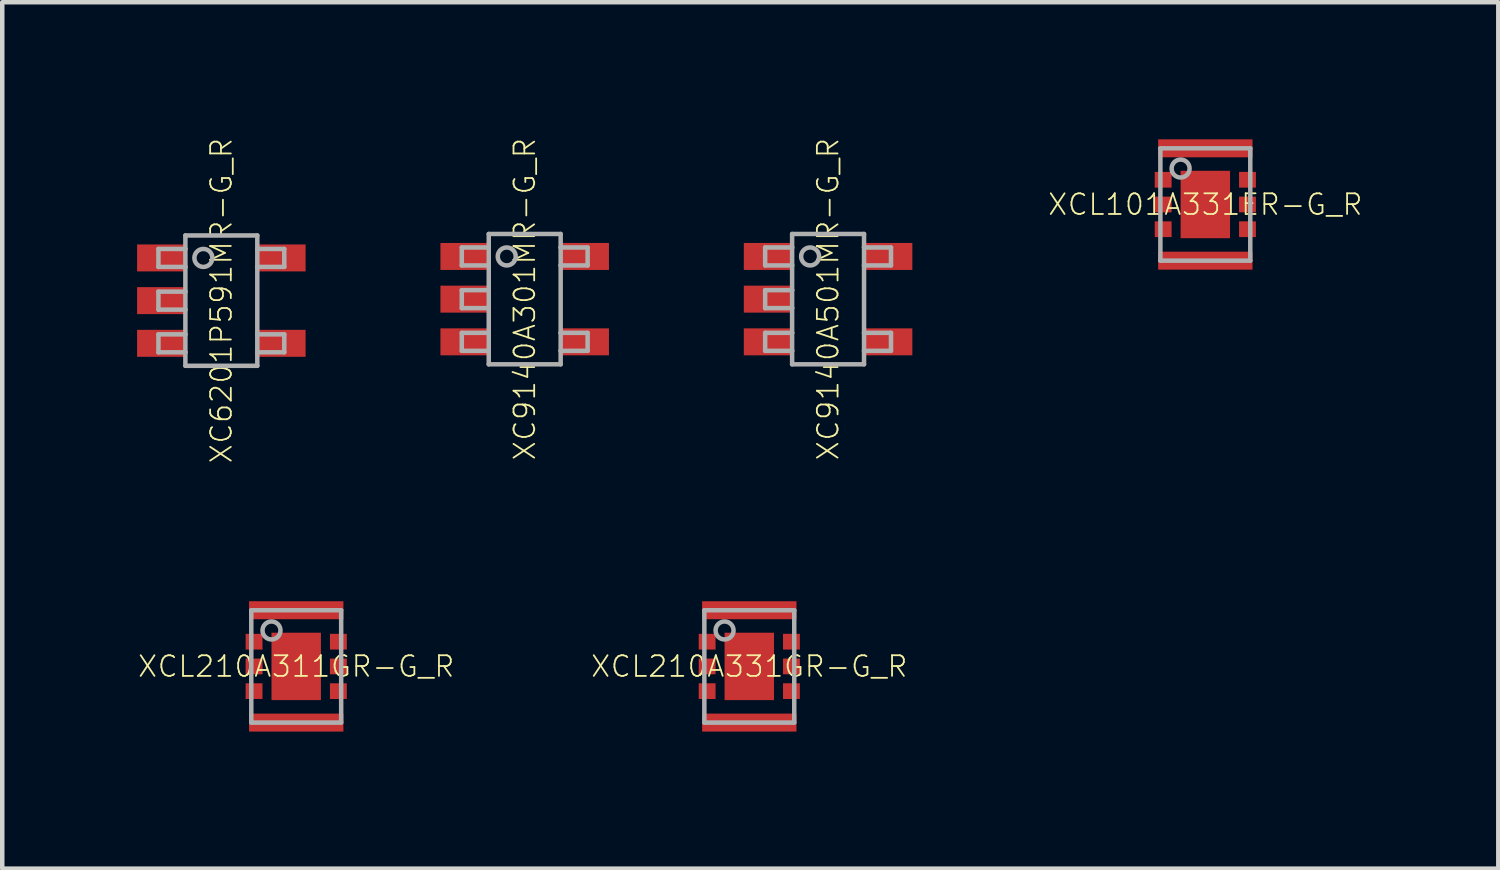
<source format=kicad_pcb>
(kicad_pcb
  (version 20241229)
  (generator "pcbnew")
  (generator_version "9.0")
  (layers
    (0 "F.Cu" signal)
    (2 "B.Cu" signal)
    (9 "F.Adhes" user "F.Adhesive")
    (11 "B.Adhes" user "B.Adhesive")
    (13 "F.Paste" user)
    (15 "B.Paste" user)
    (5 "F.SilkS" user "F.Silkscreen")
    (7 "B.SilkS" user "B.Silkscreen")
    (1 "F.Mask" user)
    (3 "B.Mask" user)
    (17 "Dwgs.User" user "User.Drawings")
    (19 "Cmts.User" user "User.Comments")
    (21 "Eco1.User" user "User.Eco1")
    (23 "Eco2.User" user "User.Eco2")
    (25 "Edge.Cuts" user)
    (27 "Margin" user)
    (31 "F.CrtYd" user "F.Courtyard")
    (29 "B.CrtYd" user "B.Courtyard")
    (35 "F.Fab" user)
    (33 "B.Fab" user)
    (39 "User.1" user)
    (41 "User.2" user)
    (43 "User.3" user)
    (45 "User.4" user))
  (footprint "XC9140A301MR-G_R"
    (layer "F.Cu")
    (at 8.625 3.606)
    (property "Reference" "XC9140A301MR-G_R" (at 0 0 90) (unlocked yes) (layer "F.SilkS") (effects (font (size 0.46 0.46) (thickness 0.04))))
    (fp_line (start -1.4 -1.15) (end -1.4 -0.75) (stroke (width 0.1) (type solid)) (layer "F.Fab"))
    (fp_line (start -1.4 -0.75) (end -0.8 -0.75) (stroke (width 0.1) (type solid)) (layer "F.Fab"))
    (fp_line (start -1.4 -0.2) (end -1.4 0.2) (stroke (width 0.1) (type solid)) (layer "F.Fab"))
    (fp_line (start -1.4 0.75) (end -1.4 1.15) (stroke (width 0.1) (type solid)) (layer "F.Fab"))
    (fp_line (start -0.8 -1.45) (end 0.8 -1.45) (stroke (width 0.1) (type solid)) (layer "F.Fab"))
    (fp_line (start -0.8 -1.15) (end -1.4 -1.15) (stroke (width 0.1) (type solid)) (layer "F.Fab"))
    (fp_line (start -0.8 -1.15) (end -0.8 -1.45) (stroke (width 0.1) (type solid)) (layer "F.Fab"))
    (fp_line (start -0.8 -0.75) (end -0.8 -1.15) (stroke (width 0.1) (type solid)) (layer "F.Fab"))
    (fp_line (start -0.8 -0.75) (end -0.8 -0.2) (stroke (width 0.1) (type solid)) (layer "F.Fab"))
    (fp_line (start -0.8 -0.2) (end -1.4 -0.2) (stroke (width 0.1) (type solid)) (layer "F.Fab"))
    (fp_line (start -0.8 0.2) (end -1.4 0.2) (stroke (width 0.1) (type solid)) (layer "F.Fab"))
    (fp_line (start -0.8 0.2) (end -0.8 -0.2) (stroke (width 0.1) (type solid)) (layer "F.Fab"))
    (fp_line (start -0.8 0.75) (end -1.4 0.75) (stroke (width 0.1) (type solid)) (layer "F.Fab"))
    (fp_line (start -0.8 0.75) (end -0.8 0.2) (stroke (width 0.1) (type solid)) (layer "F.Fab"))
    (fp_line (start -0.8 1.15) (end -1.4 1.15) (stroke (width 0.1) (type solid)) (layer "F.Fab"))
    (fp_line (start -0.8 1.15) (end -0.8 0.75) (stroke (width 0.1) (type solid)) (layer "F.Fab"))
    (fp_line (start -0.8 1.45) (end -0.8 1.15) (stroke (width 0.1) (type solid)) (layer "F.Fab"))
    (fp_line (start 0.8 -1.45) (end 0.8 -1.15) (stroke (width 0.1) (type solid)) (layer "F.Fab"))
    (fp_line (start 0.8 -1.15) (end 0.8 -0.75) (stroke (width 0.1) (type solid)) (layer "F.Fab"))
    (fp_line (start 0.8 -0.75) (end 0.8 0.75) (stroke (width 0.1) (type solid)) (layer "F.Fab"))
    (fp_line (start 0.8 0.75) (end 0.8 1.15) (stroke (width 0.1) (type solid)) (layer "F.Fab"))
    (fp_line (start 0.8 1.15) (end 0.8 1.45) (stroke (width 0.1) (type solid)) (layer "F.Fab"))
    (fp_line (start 0.8 1.45) (end -0.8 1.45) (stroke (width 0.1) (type solid)) (layer "F.Fab"))
    (fp_line (start 1.4 -1.15) (end 0.8 -1.15) (stroke (width 0.1) (type solid)) (layer "F.Fab"))
    (fp_line (start 1.4 -1.15) (end 1.4 -0.75) (stroke (width 0.1) (type solid)) (layer "F.Fab"))
    (fp_line (start 1.4 -0.75) (end 0.8 -0.75) (stroke (width 0.1) (type solid)) (layer "F.Fab"))
    (fp_line (start 1.4 0.75) (end 0.8 0.75) (stroke (width 0.1) (type solid)) (layer "F.Fab"))
    (fp_line (start 1.4 0.75) (end 1.4 1.15) (stroke (width 0.1) (type solid)) (layer "F.Fab"))
    (fp_line (start 1.4 1.15) (end 0.8 1.15) (stroke (width 0.1) (type solid)) (layer "F.Fab"))
    (fp_circle (center -0.4 -0.95) (end -0.2 -0.95) (stroke (width 0.1) (type solid)) (fill no) (layer "F.Fab"))
    (pad "1" smd rect (at -1.35 -0.95) (size 1.05 0.6) (layers "F.Cu" "F.Mask" "F.Paste"))
    (pad "2" smd rect (at -1.35 0) (size 1.05 0.6) (layers "F.Cu" "F.Mask" "F.Paste"))
    (pad "3" smd rect (at -1.35 0.95) (size 1.05 0.6) (layers "F.Cu" "F.Mask" "F.Paste"))
    (pad "4" smd rect (at 1.35 0.95) (size 1.05 0.6) (layers "F.Cu" "F.Mask" "F.Paste"))
    (pad "5" smd rect (at 1.35 -0.95) (size 1.05 0.6) (layers "F.Cu" "F.Mask" "F.Paste")))
  (footprint "XCL101A331ER-G_R"
    (layer "F.Cu")
    (at 23.769 1.5)
    (property "Reference" "XCL101A331ER-G_R" (at 0 0 0) (unlocked yes) (layer "F.SilkS") (effects (font (size 0.46 0.46) (thickness 0.04))))
    (fp_poly (pts (xy -1.175 0.8) (xy 1.175 0.8) (xy 1.175 -0.8) (xy -1.175 -0.8)) (stroke (width 0) (type default)) (fill yes) (layer "F.Mask"))
    (fp_poly (pts (xy -1.1 -1) (xy 1.1 -1) (xy 1.1 -1.5) (xy -1.1 -1.5)) (stroke (width 0) (type default)) (fill yes) (layer "F.Mask"))
    (fp_poly (pts (xy -1.1 1.5) (xy 1.1 1.5) (xy 1.1 1) (xy -1.1 1)) (stroke (width 0) (type default)) (fill yes) (layer "F.Mask"))
    (fp_poly (pts (xy -1.087 -0.4) (xy -0.787 -0.4) (xy -0.787 -0.7) (xy -1.087 -0.7)) (stroke (width 0) (type default)) (fill yes) (layer "F.Paste"))
    (fp_poly (pts (xy -1.087 0.15) (xy -0.787 0.15) (xy -0.787 -0.15) (xy -1.087 -0.15)) (stroke (width 0) (type default)) (fill yes) (layer "F.Paste"))
    (fp_poly (pts (xy -1.087 0.7) (xy -0.787 0.7) (xy -0.787 0.4) (xy -1.087 0.4)) (stroke (width 0) (type default)) (fill yes) (layer "F.Paste"))
    (fp_poly (pts (xy -1.025 -1.087) (xy 1.025 -1.087) (xy 1.025 -1.413) (xy -1.025 -1.413)) (stroke (width 0) (type default)) (fill yes) (layer "F.Paste"))
    (fp_poly (pts (xy -1.025 1.413) (xy 1.025 1.413) (xy 1.025 1.087) (xy -1.025 1.087)) (stroke (width 0) (type default)) (fill yes) (layer "F.Paste"))
    (fp_poly (pts (xy -0.45 -0.25) (xy 0.45 -0.25) (xy 0.45 -0.65) (xy -0.45 -0.65)) (stroke (width 0) (type default)) (fill yes) (layer "F.Paste"))
    (fp_poly (pts (xy -0.45 0.65) (xy 0.45 0.65) (xy 0.45 0.25) (xy -0.45 0.25)) (stroke (width 0) (type default)) (fill yes) (layer "F.Paste"))
    (fp_poly (pts (xy 0.787 -0.4) (xy 1.087 -0.4) (xy 1.087 -0.7) (xy 0.787 -0.7)) (stroke (width 0) (type default)) (fill yes) (layer "F.Paste"))
    (fp_poly (pts (xy 0.787 0.15) (xy 1.087 0.15) (xy 1.087 -0.15) (xy 0.787 -0.15)) (stroke (width 0) (type default)) (fill yes) (layer "F.Paste"))
    (fp_poly (pts (xy 0.787 0.7) (xy 1.087 0.7) (xy 1.087 0.4) (xy 0.787 0.4)) (stroke (width 0) (type default)) (fill yes) (layer "F.Paste"))
    (fp_line (start -1 -1.25) (end 1 -1.25) (stroke (width 0.1) (type solid)) (layer "F.Fab"))
    (fp_line (start -1 1.25) (end -1 -1.25) (stroke (width 0.1) (type solid)) (layer "F.Fab"))
    (fp_line (start 1 -1.25) (end 1 1.25) (stroke (width 0.1) (type solid)) (layer "F.Fab"))
    (fp_line (start 1 1.25) (end -1 1.25) (stroke (width 0.1) (type solid)) (layer "F.Fab"))
    (fp_circle (center -0.55 -0.8) (end -0.35 -0.8) (stroke (width 0.1) (type solid)) (fill no) (layer "F.Fab"))
    (pad "0" smd rect (at 0 0) (size 1.1 1.5) (layers "F.Cu"))
    (pad "1" smd rect (at -0.938 -0.55) (size 0.375 0.35) (layers "F.Cu"))
    (pad "2" smd rect (at -0.938 0) (size 0.375 0.35) (layers "F.Cu"))
    (pad "3" smd rect (at -0.938 0.55) (size 0.375 0.35) (layers "F.Cu"))
    (pad "4" smd rect (at 0.938 0.55) (size 0.375 0.35) (layers "F.Cu"))
    (pad "5" smd rect (at 0.938 0) (size 0.375 0.35) (layers "F.Cu"))
    (pad "6" smd rect (at 0.938 -0.55) (size 0.375 0.35) (layers "F.Cu"))
    (pad "7" smd rect (at 0 -1.25) (size 2.1 0.4) (layers "F.Cu"))
    (pad "8" smd rect (at 0 1.25) (size 2.1 0.4) (layers "F.Cu")))
  (footprint "XC9140A501MR-G_R"
    (layer "F.Cu")
    (at 15.375 3.606)
    (property "Reference" "XC9140A501MR-G_R" (at 0 0 90) (unlocked yes) (layer "F.SilkS") (effects (font (size 0.46 0.46) (thickness 0.04))))
    (fp_line (start -1.4 -1.15) (end -1.4 -0.75) (stroke (width 0.1) (type solid)) (layer "F.Fab"))
    (fp_line (start -1.4 -0.75) (end -0.8 -0.75) (stroke (width 0.1) (type solid)) (layer "F.Fab"))
    (fp_line (start -1.4 -0.2) (end -1.4 0.2) (stroke (width 0.1) (type solid)) (layer "F.Fab"))
    (fp_line (start -1.4 0.75) (end -1.4 1.15) (stroke (width 0.1) (type solid)) (layer "F.Fab"))
    (fp_line (start -0.8 -1.45) (end 0.8 -1.45) (stroke (width 0.1) (type solid)) (layer "F.Fab"))
    (fp_line (start -0.8 -1.15) (end -1.4 -1.15) (stroke (width 0.1) (type solid)) (layer "F.Fab"))
    (fp_line (start -0.8 -1.15) (end -0.8 -1.45) (stroke (width 0.1) (type solid)) (layer "F.Fab"))
    (fp_line (start -0.8 -0.75) (end -0.8 -1.15) (stroke (width 0.1) (type solid)) (layer "F.Fab"))
    (fp_line (start -0.8 -0.75) (end -0.8 -0.2) (stroke (width 0.1) (type solid)) (layer "F.Fab"))
    (fp_line (start -0.8 -0.2) (end -1.4 -0.2) (stroke (width 0.1) (type solid)) (layer "F.Fab"))
    (fp_line (start -0.8 0.2) (end -1.4 0.2) (stroke (width 0.1) (type solid)) (layer "F.Fab"))
    (fp_line (start -0.8 0.2) (end -0.8 -0.2) (stroke (width 0.1) (type solid)) (layer "F.Fab"))
    (fp_line (start -0.8 0.75) (end -1.4 0.75) (stroke (width 0.1) (type solid)) (layer "F.Fab"))
    (fp_line (start -0.8 0.75) (end -0.8 0.2) (stroke (width 0.1) (type solid)) (layer "F.Fab"))
    (fp_line (start -0.8 1.15) (end -1.4 1.15) (stroke (width 0.1) (type solid)) (layer "F.Fab"))
    (fp_line (start -0.8 1.15) (end -0.8 0.75) (stroke (width 0.1) (type solid)) (layer "F.Fab"))
    (fp_line (start -0.8 1.45) (end -0.8 1.15) (stroke (width 0.1) (type solid)) (layer "F.Fab"))
    (fp_line (start 0.8 -1.45) (end 0.8 -1.15) (stroke (width 0.1) (type solid)) (layer "F.Fab"))
    (fp_line (start 0.8 -1.15) (end 0.8 -0.75) (stroke (width 0.1) (type solid)) (layer "F.Fab"))
    (fp_line (start 0.8 -0.75) (end 0.8 0.75) (stroke (width 0.1) (type solid)) (layer "F.Fab"))
    (fp_line (start 0.8 0.75) (end 0.8 1.15) (stroke (width 0.1) (type solid)) (layer "F.Fab"))
    (fp_line (start 0.8 1.15) (end 0.8 1.45) (stroke (width 0.1) (type solid)) (layer "F.Fab"))
    (fp_line (start 0.8 1.45) (end -0.8 1.45) (stroke (width 0.1) (type solid)) (layer "F.Fab"))
    (fp_line (start 1.4 -1.15) (end 0.8 -1.15) (stroke (width 0.1) (type solid)) (layer "F.Fab"))
    (fp_line (start 1.4 -1.15) (end 1.4 -0.75) (stroke (width 0.1) (type solid)) (layer "F.Fab"))
    (fp_line (start 1.4 -0.75) (end 0.8 -0.75) (stroke (width 0.1) (type solid)) (layer "F.Fab"))
    (fp_line (start 1.4 0.75) (end 0.8 0.75) (stroke (width 0.1) (type solid)) (layer "F.Fab"))
    (fp_line (start 1.4 0.75) (end 1.4 1.15) (stroke (width 0.1) (type solid)) (layer "F.Fab"))
    (fp_line (start 1.4 1.15) (end 0.8 1.15) (stroke (width 0.1) (type solid)) (layer "F.Fab"))
    (fp_circle (center -0.4 -0.95) (end -0.2 -0.95) (stroke (width 0.1) (type solid)) (fill no) (layer "F.Fab"))
    (pad "1" smd rect (at -1.35 -0.95) (size 1.05 0.6) (layers "F.Cu" "F.Mask" "F.Paste"))
    (pad "2" smd rect (at -1.35 0) (size 1.05 0.6) (layers "F.Cu" "F.Mask" "F.Paste"))
    (pad "3" smd rect (at -1.35 0.95) (size 1.05 0.6) (layers "F.Cu" "F.Mask" "F.Paste"))
    (pad "4" smd rect (at 1.35 0.95) (size 1.05 0.6) (layers "F.Cu" "F.Mask" "F.Paste"))
    (pad "5" smd rect (at 1.35 -0.95) (size 1.05 0.6) (layers "F.Cu" "F.Mask" "F.Paste")))
  (footprint "XC6201P591MR-G_R"
    (layer "F.Cu")
    (at 1.875 3.639)
    (property "Reference" "XC6201P591MR-G_R" (at 0 0 90) (unlocked yes) (layer "F.SilkS") (effects (font (size 0.46 0.46) (thickness 0.04))))
    (fp_line (start -1.4 -1.15) (end -1.4 -0.75) (stroke (width 0.1) (type solid)) (layer "F.Fab"))
    (fp_line (start -1.4 -0.75) (end -0.8 -0.75) (stroke (width 0.1) (type solid)) (layer "F.Fab"))
    (fp_line (start -1.4 -0.2) (end -1.4 0.2) (stroke (width 0.1) (type solid)) (layer "F.Fab"))
    (fp_line (start -1.4 0.75) (end -1.4 1.15) (stroke (width 0.1) (type solid)) (layer "F.Fab"))
    (fp_line (start -0.8 -1.45) (end 0.8 -1.45) (stroke (width 0.1) (type solid)) (layer "F.Fab"))
    (fp_line (start -0.8 -1.15) (end -1.4 -1.15) (stroke (width 0.1) (type solid)) (layer "F.Fab"))
    (fp_line (start -0.8 -1.15) (end -0.8 -1.45) (stroke (width 0.1) (type solid)) (layer "F.Fab"))
    (fp_line (start -0.8 -0.75) (end -0.8 -1.15) (stroke (width 0.1) (type solid)) (layer "F.Fab"))
    (fp_line (start -0.8 -0.75) (end -0.8 -0.2) (stroke (width 0.1) (type solid)) (layer "F.Fab"))
    (fp_line (start -0.8 -0.2) (end -1.4 -0.2) (stroke (width 0.1) (type solid)) (layer "F.Fab"))
    (fp_line (start -0.8 0.2) (end -1.4 0.2) (stroke (width 0.1) (type solid)) (layer "F.Fab"))
    (fp_line (start -0.8 0.2) (end -0.8 -0.2) (stroke (width 0.1) (type solid)) (layer "F.Fab"))
    (fp_line (start -0.8 0.75) (end -1.4 0.75) (stroke (width 0.1) (type solid)) (layer "F.Fab"))
    (fp_line (start -0.8 0.75) (end -0.8 0.2) (stroke (width 0.1) (type solid)) (layer "F.Fab"))
    (fp_line (start -0.8 1.15) (end -1.4 1.15) (stroke (width 0.1) (type solid)) (layer "F.Fab"))
    (fp_line (start -0.8 1.15) (end -0.8 0.75) (stroke (width 0.1) (type solid)) (layer "F.Fab"))
    (fp_line (start -0.8 1.45) (end -0.8 1.15) (stroke (width 0.1) (type solid)) (layer "F.Fab"))
    (fp_line (start 0.8 -1.45) (end 0.8 -1.15) (stroke (width 0.1) (type solid)) (layer "F.Fab"))
    (fp_line (start 0.8 -1.15) (end 0.8 -0.75) (stroke (width 0.1) (type solid)) (layer "F.Fab"))
    (fp_line (start 0.8 -0.75) (end 0.8 0.75) (stroke (width 0.1) (type solid)) (layer "F.Fab"))
    (fp_line (start 0.8 0.75) (end 0.8 1.15) (stroke (width 0.1) (type solid)) (layer "F.Fab"))
    (fp_line (start 0.8 1.15) (end 0.8 1.45) (stroke (width 0.1) (type solid)) (layer "F.Fab"))
    (fp_line (start 0.8 1.45) (end -0.8 1.45) (stroke (width 0.1) (type solid)) (layer "F.Fab"))
    (fp_line (start 1.4 -1.15) (end 0.8 -1.15) (stroke (width 0.1) (type solid)) (layer "F.Fab"))
    (fp_line (start 1.4 -1.15) (end 1.4 -0.75) (stroke (width 0.1) (type solid)) (layer "F.Fab"))
    (fp_line (start 1.4 -0.75) (end 0.8 -0.75) (stroke (width 0.1) (type solid)) (layer "F.Fab"))
    (fp_line (start 1.4 0.75) (end 0.8 0.75) (stroke (width 0.1) (type solid)) (layer "F.Fab"))
    (fp_line (start 1.4 0.75) (end 1.4 1.15) (stroke (width 0.1) (type solid)) (layer "F.Fab"))
    (fp_line (start 1.4 1.15) (end 0.8 1.15) (stroke (width 0.1) (type solid)) (layer "F.Fab"))
    (fp_circle (center -0.4 -0.95) (end -0.2 -0.95) (stroke (width 0.1) (type solid)) (fill no) (layer "F.Fab"))
    (pad "1" smd rect (at -1.35 -0.95) (size 1.05 0.6) (layers "F.Cu" "F.Mask" "F.Paste"))
    (pad "2" smd rect (at -1.35 0) (size 1.05 0.6) (layers "F.Cu" "F.Mask" "F.Paste"))
    (pad "3" smd rect (at -1.35 0.95) (size 1.05 0.6) (layers "F.Cu" "F.Mask" "F.Paste"))
    (pad "4" smd rect (at 1.35 0.95) (size 1.05 0.6) (layers "F.Cu" "F.Mask" "F.Paste"))
    (pad "5" smd rect (at 1.35 -0.95) (size 1.05 0.6) (layers "F.Cu" "F.Mask" "F.Paste")))
  (footprint "XCL210A331GR-G_R"
    (layer "F.Cu")
    (at 13.622 11.778)
    (property "Reference" "XCL210A331GR-G_R" (at 0 0 0) (unlocked yes) (layer "F.SilkS") (effects (font (size 0.46 0.46) (thickness 0.04))))
    (fp_poly (pts (xy -1.175 0.8) (xy 1.175 0.8) (xy 1.175 -0.8) (xy -1.175 -0.8)) (stroke (width 0) (type default)) (fill yes) (layer "F.Mask"))
    (fp_poly (pts (xy -1.1 -1) (xy 1.1 -1) (xy 1.1 -1.5) (xy -1.1 -1.5)) (stroke (width 0) (type default)) (fill yes) (layer "F.Mask"))
    (fp_poly (pts (xy -1.1 1.5) (xy 1.1 1.5) (xy 1.1 1) (xy -1.1 1)) (stroke (width 0) (type default)) (fill yes) (layer "F.Mask"))
    (fp_poly (pts (xy -1.087 -0.4) (xy -0.787 -0.4) (xy -0.787 -0.7) (xy -1.087 -0.7)) (stroke (width 0) (type default)) (fill yes) (layer "F.Paste"))
    (fp_poly (pts (xy -1.087 0.15) (xy -0.787 0.15) (xy -0.787 -0.15) (xy -1.087 -0.15)) (stroke (width 0) (type default)) (fill yes) (layer "F.Paste"))
    (fp_poly (pts (xy -1.087 0.7) (xy -0.787 0.7) (xy -0.787 0.4) (xy -1.087 0.4)) (stroke (width 0) (type default)) (fill yes) (layer "F.Paste"))
    (fp_poly (pts (xy -1.025 -1.087) (xy 1.025 -1.087) (xy 1.025 -1.413) (xy -1.025 -1.413)) (stroke (width 0) (type default)) (fill yes) (layer "F.Paste"))
    (fp_poly (pts (xy -1.025 1.413) (xy 1.025 1.413) (xy 1.025 1.087) (xy -1.025 1.087)) (stroke (width 0) (type default)) (fill yes) (layer "F.Paste"))
    (fp_poly (pts (xy -0.45 -0.25) (xy 0.45 -0.25) (xy 0.45 -0.65) (xy -0.45 -0.65)) (stroke (width 0) (type default)) (fill yes) (layer "F.Paste"))
    (fp_poly (pts (xy -0.45 0.65) (xy 0.45 0.65) (xy 0.45 0.25) (xy -0.45 0.25)) (stroke (width 0) (type default)) (fill yes) (layer "F.Paste"))
    (fp_poly (pts (xy 0.787 -0.4) (xy 1.087 -0.4) (xy 1.087 -0.7) (xy 0.787 -0.7)) (stroke (width 0) (type default)) (fill yes) (layer "F.Paste"))
    (fp_poly (pts (xy 0.787 0.15) (xy 1.087 0.15) (xy 1.087 -0.15) (xy 0.787 -0.15)) (stroke (width 0) (type default)) (fill yes) (layer "F.Paste"))
    (fp_poly (pts (xy 0.787 0.7) (xy 1.087 0.7) (xy 1.087 0.4) (xy 0.787 0.4)) (stroke (width 0) (type default)) (fill yes) (layer "F.Paste"))
    (fp_line (start -1 -1.25) (end 1 -1.25) (stroke (width 0.1) (type solid)) (layer "F.Fab"))
    (fp_line (start -1 1.25) (end -1 -1.25) (stroke (width 0.1) (type solid)) (layer "F.Fab"))
    (fp_line (start 1 -1.25) (end 1 1.25) (stroke (width 0.1) (type solid)) (layer "F.Fab"))
    (fp_line (start 1 1.25) (end -1 1.25) (stroke (width 0.1) (type solid)) (layer "F.Fab"))
    (fp_circle (center -0.55 -0.8) (end -0.35 -0.8) (stroke (width 0.1) (type solid)) (fill no) (layer "F.Fab"))
    (pad "0" smd rect (at 0 0) (size 1.1 1.5) (layers "F.Cu"))
    (pad "1" smd rect (at -0.938 -0.55) (size 0.375 0.35) (layers "F.Cu"))
    (pad "2" smd rect (at -0.938 0) (size 0.375 0.35) (layers "F.Cu"))
    (pad "3" smd rect (at -0.938 0.55) (size 0.375 0.35) (layers "F.Cu"))
    (pad "4" smd rect (at 0.938 0.55) (size 0.375 0.35) (layers "F.Cu"))
    (pad "5" smd rect (at 0.938 0) (size 0.375 0.35) (layers "F.Cu"))
    (pad "6" smd rect (at 0.938 -0.55) (size 0.375 0.35) (layers "F.Cu"))
    (pad "7" smd rect (at 0 -1.25) (size 2.1 0.4) (layers "F.Cu"))
    (pad "8" smd rect (at 0 1.25) (size 2.1 0.4) (layers "F.Cu")))
  (footprint "XCL210A311GR-G_R"
    (layer "F.Cu")
    (at 3.541 11.778)
    (property "Reference" "XCL210A311GR-G_R" (at 0 0 0) (unlocked yes) (layer "F.SilkS") (effects (font (size 0.46 0.46) (thickness 0.04))))
    (fp_poly (pts (xy -1.175 0.8) (xy 1.175 0.8) (xy 1.175 -0.8) (xy -1.175 -0.8)) (stroke (width 0) (type default)) (fill yes) (layer "F.Mask"))
    (fp_poly (pts (xy -1.1 -1) (xy 1.1 -1) (xy 1.1 -1.5) (xy -1.1 -1.5)) (stroke (width 0) (type default)) (fill yes) (layer "F.Mask"))
    (fp_poly (pts (xy -1.1 1.5) (xy 1.1 1.5) (xy 1.1 1) (xy -1.1 1)) (stroke (width 0) (type default)) (fill yes) (layer "F.Mask"))
    (fp_poly (pts (xy -1.087 -0.4) (xy -0.787 -0.4) (xy -0.787 -0.7) (xy -1.087 -0.7)) (stroke (width 0) (type default)) (fill yes) (layer "F.Paste"))
    (fp_poly (pts (xy -1.087 0.15) (xy -0.787 0.15) (xy -0.787 -0.15) (xy -1.087 -0.15)) (stroke (width 0) (type default)) (fill yes) (layer "F.Paste"))
    (fp_poly (pts (xy -1.087 0.7) (xy -0.787 0.7) (xy -0.787 0.4) (xy -1.087 0.4)) (stroke (width 0) (type default)) (fill yes) (layer "F.Paste"))
    (fp_poly (pts (xy -1.025 -1.087) (xy 1.025 -1.087) (xy 1.025 -1.413) (xy -1.025 -1.413)) (stroke (width 0) (type default)) (fill yes) (layer "F.Paste"))
    (fp_poly (pts (xy -1.025 1.413) (xy 1.025 1.413) (xy 1.025 1.087) (xy -1.025 1.087)) (stroke (width 0) (type default)) (fill yes) (layer "F.Paste"))
    (fp_poly (pts (xy -0.45 -0.25) (xy 0.45 -0.25) (xy 0.45 -0.65) (xy -0.45 -0.65)) (stroke (width 0) (type default)) (fill yes) (layer "F.Paste"))
    (fp_poly (pts (xy -0.45 0.65) (xy 0.45 0.65) (xy 0.45 0.25) (xy -0.45 0.25)) (stroke (width 0) (type default)) (fill yes) (layer "F.Paste"))
    (fp_poly (pts (xy 0.787 -0.4) (xy 1.087 -0.4) (xy 1.087 -0.7) (xy 0.787 -0.7)) (stroke (width 0) (type default)) (fill yes) (layer "F.Paste"))
    (fp_poly (pts (xy 0.787 0.15) (xy 1.087 0.15) (xy 1.087 -0.15) (xy 0.787 -0.15)) (stroke (width 0) (type default)) (fill yes) (layer "F.Paste"))
    (fp_poly (pts (xy 0.787 0.7) (xy 1.087 0.7) (xy 1.087 0.4) (xy 0.787 0.4)) (stroke (width 0) (type default)) (fill yes) (layer "F.Paste"))
    (fp_line (start -1 -1.25) (end 1 -1.25) (stroke (width 0.1) (type solid)) (layer "F.Fab"))
    (fp_line (start -1 1.25) (end -1 -1.25) (stroke (width 0.1) (type solid)) (layer "F.Fab"))
    (fp_line (start 1 -1.25) (end 1 1.25) (stroke (width 0.1) (type solid)) (layer "F.Fab"))
    (fp_line (start 1 1.25) (end -1 1.25) (stroke (width 0.1) (type solid)) (layer "F.Fab"))
    (fp_circle (center -0.55 -0.8) (end -0.35 -0.8) (stroke (width 0.1) (type solid)) (fill no) (layer "F.Fab"))
    (pad "0" smd rect (at 0 0) (size 1.1 1.5) (layers "F.Cu"))
    (pad "1" smd rect (at -0.938 -0.55) (size 0.375 0.35) (layers "F.Cu"))
    (pad "2" smd rect (at -0.938 0) (size 0.375 0.35) (layers "F.Cu"))
    (pad "3" smd rect (at -0.938 0.55) (size 0.375 0.35) (layers "F.Cu"))
    (pad "4" smd rect (at 0.938 0.55) (size 0.375 0.35) (layers "F.Cu"))
    (pad "5" smd rect (at 0.938 0) (size 0.375 0.35) (layers "F.Cu"))
    (pad "6" smd rect (at 0.938 -0.55) (size 0.375 0.35) (layers "F.Cu"))
    (pad "7" smd rect (at 0 -1.25) (size 2.1 0.4) (layers "F.Cu"))
    (pad "8" smd rect (at 0 1.25) (size 2.1 0.4) (layers "F.Cu")))
  (gr_rect
    (start -3 -3)
    (end 30.288 16.278)
    (stroke (width 0.1) (type default))
    (fill no)
    (layer "Edge.Cuts")))
</source>
